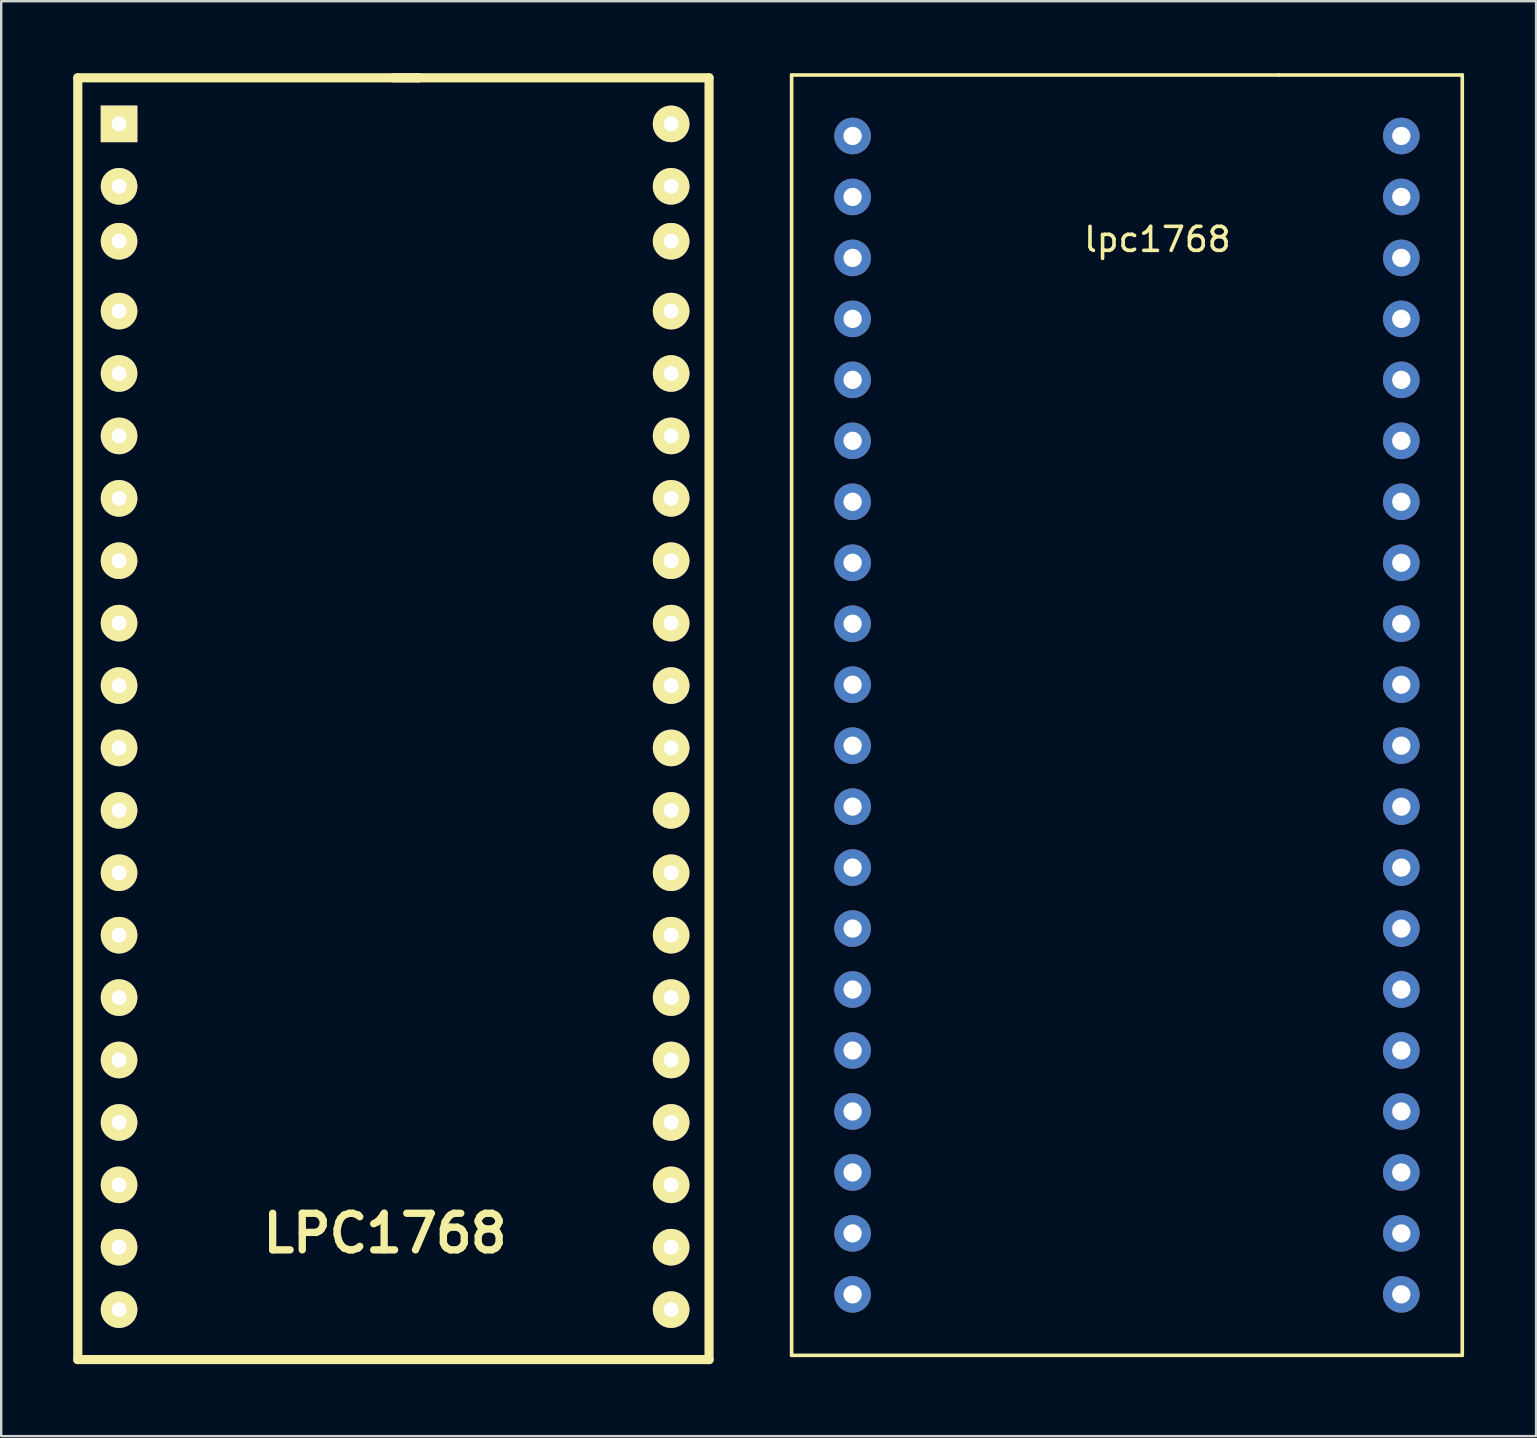
<source format=kicad_pcb>
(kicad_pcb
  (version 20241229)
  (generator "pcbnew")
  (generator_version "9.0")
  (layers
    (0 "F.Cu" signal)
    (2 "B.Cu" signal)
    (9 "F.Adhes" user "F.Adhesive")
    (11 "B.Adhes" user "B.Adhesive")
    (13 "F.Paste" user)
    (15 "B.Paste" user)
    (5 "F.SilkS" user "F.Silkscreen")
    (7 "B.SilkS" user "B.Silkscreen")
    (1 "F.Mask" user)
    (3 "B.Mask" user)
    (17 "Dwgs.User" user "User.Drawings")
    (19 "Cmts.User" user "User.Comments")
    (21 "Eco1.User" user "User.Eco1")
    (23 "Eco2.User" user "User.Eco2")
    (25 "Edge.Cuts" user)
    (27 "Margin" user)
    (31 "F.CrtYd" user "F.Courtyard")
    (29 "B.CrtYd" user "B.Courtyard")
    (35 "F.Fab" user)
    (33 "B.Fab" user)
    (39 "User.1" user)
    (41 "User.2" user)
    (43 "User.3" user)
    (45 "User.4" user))
  (footprint "lpc1768"
    (layer "F.Cu")
    (at 29.93 53.415)
    (property "Reference" "lpc1768" (at 15.24 -46.49 0) (layer "F.SilkS") (effects (font (size 1 1) (thickness 0.15))))
    (attr through_hole)
    (fp_line (start 0 -53.34) (end 20.32 -53.34) (stroke (width 0.15) (type solid)) (layer "F.SilkS"))
    (fp_line (start 0 0) (end 0 -53.34) (stroke (width 0.15) (type solid)) (layer "F.SilkS"))
    (fp_line (start 20.32 -53.34) (end 27.94 -53.34) (stroke (width 0.15) (type solid)) (layer "F.SilkS"))
    (fp_line (start 27.94 -53.34) (end 27.94 0) (stroke (width 0.15) (type solid)) (layer "F.SilkS"))
    (fp_line (start 27.94 0) (end 0 0) (stroke (width 0.15) (type solid)) (layer "F.SilkS"))
    (pad "1" thru_hole circle (at 2.54 -50.8) (size 1.524 1.524) (drill 0.762) (layers "*.Cu" "*.Mask"))
    (pad "2" thru_hole circle (at 2.54 -48.26) (size 1.524 1.524) (drill 0.762) (layers "*.Cu" "*.Mask"))
    (pad "3" thru_hole circle (at 2.54 -45.72) (size 1.524 1.524) (drill 0.762) (layers "*.Cu" "*.Mask"))
    (pad "4" thru_hole circle (at 2.54 -43.18) (size 1.524 1.524) (drill 0.762) (layers "*.Cu" "*.Mask"))
    (pad "5" thru_hole circle (at 2.54 -40.64) (size 1.524 1.524) (drill 0.762) (layers "*.Cu" "*.Mask"))
    (pad "6" thru_hole circle (at 2.54 -38.1) (size 1.524 1.524) (drill 0.762) (layers "*.Cu" "*.Mask"))
    (pad "7" thru_hole circle (at 2.54 -35.56) (size 1.524 1.524) (drill 0.762) (layers "*.Cu" "*.Mask"))
    (pad "8" thru_hole circle (at 2.54 -33.02) (size 1.524 1.524) (drill 0.762) (layers "*.Cu" "*.Mask"))
    (pad "9" thru_hole circle (at 2.54 -30.48) (size 1.524 1.524) (drill 0.762) (layers "*.Cu" "*.Mask"))
    (pad "10" thru_hole circle (at 2.54 -27.94) (size 1.524 1.524) (drill 0.762) (layers "*.Cu" "*.Mask"))
    (pad "11" thru_hole circle (at 2.54 -25.4) (size 1.524 1.524) (drill 0.762) (layers "*.Cu" "*.Mask"))
    (pad "12" thru_hole circle (at 2.54 -22.86) (size 1.524 1.524) (drill 0.762) (layers "*.Cu" "*.Mask"))
    (pad "13" thru_hole circle (at 2.54 -20.32) (size 1.524 1.524) (drill 0.762) (layers "*.Cu" "*.Mask"))
    (pad "14" thru_hole circle (at 2.54 -17.78) (size 1.524 1.524) (drill 0.762) (layers "*.Cu" "*.Mask"))
    (pad "15" thru_hole circle (at 2.54 -15.24) (size 1.524 1.524) (drill 0.762) (layers "*.Cu" "*.Mask"))
    (pad "16" thru_hole circle (at 2.54 -12.7) (size 1.524 1.524) (drill 0.762) (layers "*.Cu" "*.Mask"))
    (pad "17" thru_hole circle (at 2.54 -10.16) (size 1.524 1.524) (drill 0.762) (layers "*.Cu" "*.Mask"))
    (pad "18" thru_hole circle (at 2.54 -7.62) (size 1.524 1.524) (drill 0.762) (layers "*.Cu" "*.Mask"))
    (pad "19" thru_hole circle (at 2.54 -5.08) (size 1.524 1.524) (drill 0.762) (layers "*.Cu" "*.Mask"))
    (pad "20" thru_hole circle (at 2.54 -2.54) (size 1.524 1.524) (drill 0.762) (layers "*.Cu" "*.Mask"))
    (pad "21" thru_hole circle (at 25.4 -2.54) (size 1.524 1.524) (drill 0.762) (layers "*.Cu" "*.Mask"))
    (pad "22" thru_hole circle (at 25.4 -5.08) (size 1.524 1.524) (drill 0.762) (layers "*.Cu" "*.Mask"))
    (pad "23" thru_hole circle (at 25.4 -7.62) (size 1.524 1.524) (drill 0.762) (layers "*.Cu" "*.Mask"))
    (pad "24" thru_hole circle (at 25.4 -10.16) (size 1.524 1.524) (drill 0.762) (layers "*.Cu" "*.Mask"))
    (pad "25" thru_hole circle (at 25.4 -12.7) (size 1.524 1.524) (drill 0.762) (layers "*.Cu" "*.Mask"))
    (pad "26" thru_hole circle (at 25.4 -15.24) (size 1.524 1.524) (drill 0.762) (layers "*.Cu" "*.Mask"))
    (pad "27" thru_hole circle (at 25.4 -17.78) (size 1.524 1.524) (drill 0.762) (layers "*.Cu" "*.Mask"))
    (pad "28" thru_hole circle (at 25.4 -20.32) (size 1.524 1.524) (drill 0.762) (layers "*.Cu" "*.Mask"))
    (pad "29" thru_hole circle (at 25.4 -22.86) (size 1.524 1.524) (drill 0.762) (layers "*.Cu" "*.Mask"))
    (pad "30" thru_hole circle (at 25.4 -25.4) (size 1.524 1.524) (drill 0.762) (layers "*.Cu" "*.Mask"))
    (pad "31" thru_hole circle (at 25.4 -27.94) (size 1.524 1.524) (drill 0.762) (layers "*.Cu" "*.Mask"))
    (pad "32" thru_hole circle (at 25.4 -30.48) (size 1.524 1.524) (drill 0.762) (layers "*.Cu" "*.Mask"))
    (pad "33" thru_hole circle (at 25.4 -33.02) (size 1.524 1.524) (drill 0.762) (layers "*.Cu" "*.Mask"))
    (pad "34" thru_hole circle (at 25.4 -35.56) (size 1.524 1.524) (drill 0.762) (layers "*.Cu" "*.Mask"))
    (pad "35" thru_hole circle (at 25.4 -38.1) (size 1.524 1.524) (drill 0.762) (layers "*.Cu" "*.Mask"))
    (pad "36" thru_hole circle (at 25.4 -40.64) (size 1.524 1.524) (drill 0.762) (layers "*.Cu" "*.Mask"))
    (pad "37" thru_hole circle (at 25.4 -43.18) (size 1.524 1.524) (drill 0.762) (layers "*.Cu" "*.Mask"))
    (pad "38" thru_hole circle (at 25.4 -45.72) (size 1.524 1.524) (drill 0.762) (layers "*.Cu" "*.Mask"))
    (pad "39" thru_hole circle (at 25.4 -48.26) (size 1.524 1.524) (drill 0.762) (layers "*.Cu" "*.Mask"))
    (pad "40" thru_hole circle (at 25.4 -50.8) (size 1.524 1.524) (drill 0.762) (layers "*.Cu" "*.Mask")))
  (footprint "LPC1768"
    (layer "F.Cu")
    (at 13.739 26.82)
    (property "Reference" "LPC1768" (at -0.749 21.511 0) (layer "F.SilkS") (effects (font (size 1.524 1.524) (thickness 0.305))))
    (attr through_hole)
    (fp_line (start -13.548 -26.629) (end 0.65 -26.629) (stroke (width 0.381) (type solid)) (layer "F.SilkS"))
    (fp_line (start -13.548 26.772) (end -13.548 -26.629) (stroke (width 0.381) (type solid)) (layer "F.SilkS"))
    (fp_line (start -0.399 -26.629) (end 12.751 -26.629) (stroke (width 0.381) (type solid)) (layer "F.SilkS"))
    (fp_line (start 0.65 -26.629) (end 0.66 -26.629) (stroke (width 0.381) (type solid)) (layer "F.SilkS"))
    (fp_line (start 12.751 -26.629) (end 12.751 26.772) (stroke (width 0.381) (type solid)) (layer "F.SilkS"))
    (fp_line (start 12.751 26.772) (end -13.548 26.772) (stroke (width 0.381) (type solid)) (layer "F.SilkS"))
    (pad "1" thru_hole rect (at -11.829 -24.709) (size 1.524 1.524) (drill 0.62) (layers "*.Cu" "*.Mask" "F.SilkS"))
    (pad "2" thru_hole circle (at -11.829 -22.108) (size 1.524 1.524) (drill 0.62) (layers "*.Cu" "*.Mask" "F.SilkS"))
    (pad "3" thru_hole circle (at -11.829 -19.82) (size 1.524 1.524) (drill 0.62) (layers "*.Cu" "*.Mask" "F.SilkS"))
    (pad "4" thru_hole circle (at -11.829 -16.909) (size 1.524 1.524) (drill 0.62) (layers "*.Cu" "*.Mask" "F.SilkS"))
    (pad "5" thru_hole circle (at -11.829 -14.31) (size 1.524 1.524) (drill 0.62) (layers "*.Cu" "*.Mask" "F.SilkS"))
    (pad "6" thru_hole circle (at -11.829 -11.709) (size 1.524 1.524) (drill 0.62) (layers "*.Cu" "*.Mask" "F.SilkS"))
    (pad "7" thru_hole circle (at -11.829 -9.108) (size 1.524 1.524) (drill 0.62) (layers "*.Cu" "*.Mask" "F.SilkS"))
    (pad "8" thru_hole circle (at -11.829 -6.51) (size 1.524 1.524) (drill 0.62) (layers "*.Cu" "*.Mask" "F.SilkS"))
    (pad "9" thru_hole circle (at -11.829 -3.909) (size 1.524 1.524) (drill 0.62) (layers "*.Cu" "*.Mask" "F.SilkS"))
    (pad "10" thru_hole circle (at -11.829 -1.308) (size 1.524 1.524) (drill 0.62) (layers "*.Cu" "*.Mask" "F.SilkS"))
    (pad "11" thru_hole circle (at -11.829 1.29) (size 1.524 1.524) (drill 0.62) (layers "*.Cu" "*.Mask" "F.SilkS"))
    (pad "12" thru_hole circle (at -11.829 3.891) (size 1.524 1.524) (drill 0.62) (layers "*.Cu" "*.Mask" "F.SilkS"))
    (pad "13" thru_hole circle (at -11.829 6.49) (size 1.524 1.524) (drill 0.62) (layers "*.Cu" "*.Mask" "F.SilkS"))
    (pad "14" thru_hole circle (at -11.829 9.091) (size 1.524 1.524) (drill 0.62) (layers "*.Cu" "*.Mask" "F.SilkS"))
    (pad "15" thru_hole circle (at -11.829 11.692) (size 1.524 1.524) (drill 0.62) (layers "*.Cu" "*.Mask" "F.SilkS"))
    (pad "16" thru_hole circle (at -11.829 14.29) (size 1.524 1.524) (drill 0.62) (layers "*.Cu" "*.Mask" "F.SilkS"))
    (pad "17" thru_hole circle (at -11.829 16.891) (size 1.524 1.524) (drill 0.62) (layers "*.Cu" "*.Mask" "F.SilkS"))
    (pad "18" thru_hole circle (at -11.829 19.492) (size 1.524 1.524) (drill 0.62) (layers "*.Cu" "*.Mask" "F.SilkS"))
    (pad "19" thru_hole circle (at -11.829 22.09) (size 1.524 1.524) (drill 0.62) (layers "*.Cu" "*.Mask" "F.SilkS"))
    (pad "20" thru_hole circle (at -11.829 24.691) (size 1.524 1.524) (drill 0.62) (layers "*.Cu" "*.Mask" "F.SilkS"))
    (pad "21" thru_hole circle (at 11.171 24.691) (size 1.524 1.524) (drill 0.62) (layers "*.Cu" "*.Mask" "F.SilkS"))
    (pad "22" thru_hole circle (at 11.171 22.09) (size 1.524 1.524) (drill 0.62) (layers "*.Cu" "*.Mask" "F.SilkS"))
    (pad "23" thru_hole circle (at 11.171 19.492) (size 1.524 1.524) (drill 0.62) (layers "*.Cu" "*.Mask" "F.SilkS"))
    (pad "24" thru_hole circle (at 11.171 16.891) (size 1.524 1.524) (drill 0.62) (layers "*.Cu" "*.Mask" "F.SilkS"))
    (pad "25" thru_hole circle (at 11.171 14.29) (size 1.524 1.524) (drill 0.62) (layers "*.Cu" "*.Mask" "F.SilkS"))
    (pad "26" thru_hole circle (at 11.171 11.692) (size 1.524 1.524) (drill 0.62) (layers "*.Cu" "*.Mask" "F.SilkS"))
    (pad "27" thru_hole circle (at 11.171 9.091) (size 1.524 1.524) (drill 0.62) (layers "*.Cu" "*.Mask" "F.SilkS"))
    (pad "28" thru_hole circle (at 11.171 6.49) (size 1.524 1.524) (drill 0.62) (layers "*.Cu" "*.Mask" "F.SilkS"))
    (pad "29" thru_hole circle (at 11.171 3.891) (size 1.524 1.524) (drill 0.62) (layers "*.Cu" "*.Mask" "F.SilkS"))
    (pad "30" thru_hole circle (at 11.171 1.29) (size 1.524 1.524) (drill 0.62) (layers "*.Cu" "*.Mask" "F.SilkS"))
    (pad "31" thru_hole circle (at 11.171 -1.308) (size 1.524 1.524) (drill 0.62) (layers "*.Cu" "*.Mask" "F.SilkS"))
    (pad "32" thru_hole circle (at 11.171 -3.909) (size 1.524 1.524) (drill 0.62) (layers "*.Cu" "*.Mask" "F.SilkS"))
    (pad "33" thru_hole circle (at 11.171 -6.51) (size 1.524 1.524) (drill 0.62) (layers "*.Cu" "*.Mask" "F.SilkS"))
    (pad "34" thru_hole circle (at 11.171 -9.108) (size 1.524 1.524) (drill 0.62) (layers "*.Cu" "*.Mask" "F.SilkS"))
    (pad "35" thru_hole circle (at 11.171 -11.709) (size 1.524 1.524) (drill 0.62) (layers "*.Cu" "*.Mask" "F.SilkS"))
    (pad "36" thru_hole circle (at 11.171 -14.31) (size 1.524 1.524) (drill 0.62) (layers "*.Cu" "*.Mask" "F.SilkS"))
    (pad "37" thru_hole circle (at 11.171 -16.909) (size 1.524 1.524) (drill 0.62) (layers "*.Cu" "*.Mask" "F.SilkS"))
    (pad "38" thru_hole circle (at 11.171 -19.82) (size 1.524 1.524) (drill 0.62) (layers "*.Cu" "*.Mask" "F.SilkS"))
    (pad "39" thru_hole circle (at 11.171 -22.108) (size 1.524 1.524) (drill 0.62) (layers "*.Cu" "*.Mask" "F.SilkS"))
    (pad "40" thru_hole circle (at 11.171 -24.709) (size 1.524 1.524) (drill 0.62) (layers "*.Cu" "*.Mask" "F.SilkS")))
  (gr_rect
    (start -3 -3)
    (end 60.945 56.782)
    (stroke (width 0.1) (type default))
    (fill no)
    (layer "Edge.Cuts")))
</source>
